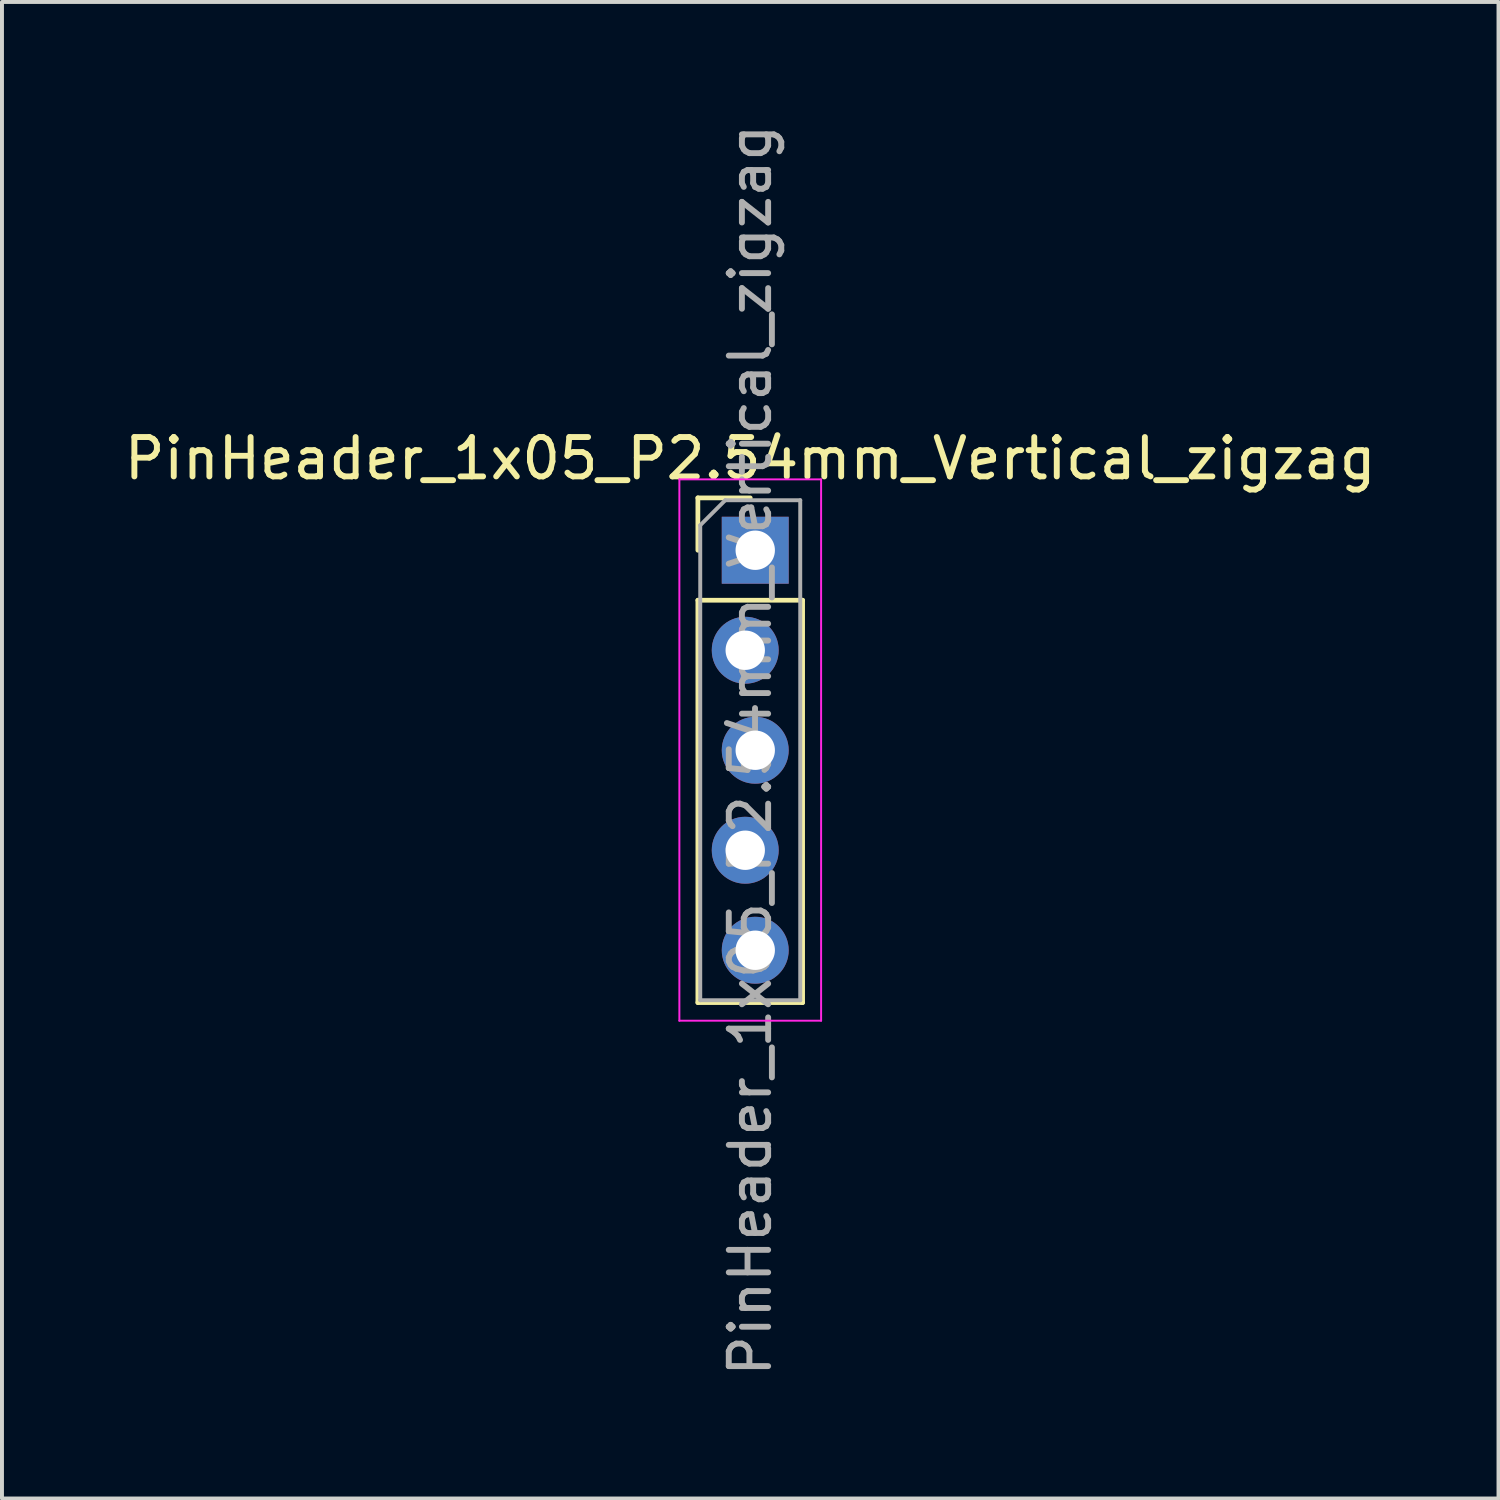
<source format=kicad_pcb>
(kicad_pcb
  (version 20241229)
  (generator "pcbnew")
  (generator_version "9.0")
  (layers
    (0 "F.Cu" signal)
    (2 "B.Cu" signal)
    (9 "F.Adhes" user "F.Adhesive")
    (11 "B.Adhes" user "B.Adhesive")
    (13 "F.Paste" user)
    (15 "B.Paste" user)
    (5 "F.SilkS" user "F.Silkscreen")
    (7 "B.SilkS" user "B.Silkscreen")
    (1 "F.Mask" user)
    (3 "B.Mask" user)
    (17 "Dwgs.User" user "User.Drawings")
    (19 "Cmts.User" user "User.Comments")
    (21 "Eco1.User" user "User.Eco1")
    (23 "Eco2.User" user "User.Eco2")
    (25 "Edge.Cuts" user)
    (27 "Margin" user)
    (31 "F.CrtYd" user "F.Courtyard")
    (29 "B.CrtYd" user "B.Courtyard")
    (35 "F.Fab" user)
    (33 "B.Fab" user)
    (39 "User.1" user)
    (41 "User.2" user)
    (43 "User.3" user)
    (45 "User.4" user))
  (footprint "PinHeader_1x05_P2.54mm_Vertical_zigzag"
    (layer "F.Cu")
    (at 16.006 10.926)
    (property "Reference" "PinHeader_1x05_P2.54mm_Vertical_zigzag" (at 0 -2.33 0) (layer "F.SilkS") (effects (font (size 1 1) (thickness 0.15))))
    (attr through_hole)
    (fp_line (start -1.33 -1.33) (end 0 -1.33) (stroke (width 0.12) (type solid)) (layer "F.SilkS"))
    (fp_line (start -1.33 0) (end -1.33 -1.33) (stroke (width 0.12) (type solid)) (layer "F.SilkS"))
    (fp_line (start -1.33 1.27) (end -1.33 11.49) (stroke (width 0.12) (type solid)) (layer "F.SilkS"))
    (fp_line (start -1.33 1.27) (end 1.33 1.27) (stroke (width 0.12) (type solid)) (layer "F.SilkS"))
    (fp_line (start -1.33 11.49) (end 1.33 11.49) (stroke (width 0.12) (type solid)) (layer "F.SilkS"))
    (fp_line (start 1.33 1.27) (end 1.33 11.49) (stroke (width 0.12) (type solid)) (layer "F.SilkS"))
    (fp_line (start -1.8 -1.8) (end -1.8 11.95) (stroke (width 0.05) (type solid)) (layer "F.CrtYd"))
    (fp_line (start -1.8 11.95) (end 1.8 11.95) (stroke (width 0.05) (type solid)) (layer "F.CrtYd"))
    (fp_line (start 1.8 -1.8) (end -1.8 -1.8) (stroke (width 0.05) (type solid)) (layer "F.CrtYd"))
    (fp_line (start 1.8 11.95) (end 1.8 -1.8) (stroke (width 0.05) (type solid)) (layer "F.CrtYd"))
    (fp_line (start -1.27 -0.635) (end -0.635 -1.27) (stroke (width 0.1) (type solid)) (layer "F.Fab"))
    (fp_line (start -1.27 11.43) (end -1.27 -0.635) (stroke (width 0.1) (type solid)) (layer "F.Fab"))
    (fp_line (start -0.635 -1.27) (end 1.27 -1.27) (stroke (width 0.1) (type solid)) (layer "F.Fab"))
    (fp_line (start 1.27 -1.27) (end 1.27 11.43) (stroke (width 0.1) (type solid)) (layer "F.Fab"))
    (fp_line (start 1.27 11.43) (end -1.27 11.43) (stroke (width 0.1) (type solid)) (layer "F.Fab"))
    (fp_text user "${REFERENCE}" (at 0 5.08 90) (layer "F.Fab") (effects (font (size 1 1) (thickness 0.15))))
    (pad "1" thru_hole rect (at 0.127 0) (size 1.7 1.7) (drill 1) (layers "*.Cu" "*.Mask"))
    (pad "2" thru_hole oval (at -0.127 2.54) (size 1.7 1.7) (drill 1) (layers "*.Cu" "*.Mask"))
    (pad "3" thru_hole oval (at 0.127 5.08) (size 1.7 1.7) (drill 1) (layers "*.Cu" "*.Mask"))
    (pad "4" thru_hole oval (at -0.127 7.62) (size 1.7 1.7) (drill 1) (layers "*.Cu" "*.Mask"))
    (pad "5" thru_hole oval (at 0.127 10.16) (size 1.7 1.7) (drill 1) (layers "*.Cu" "*.Mask")))
  (gr_rect
    (start -3 -3)
    (end 35.012 35.012)
    (stroke (width 0.1) (type default))
    (fill no)
    (layer "Edge.Cuts")))
</source>
